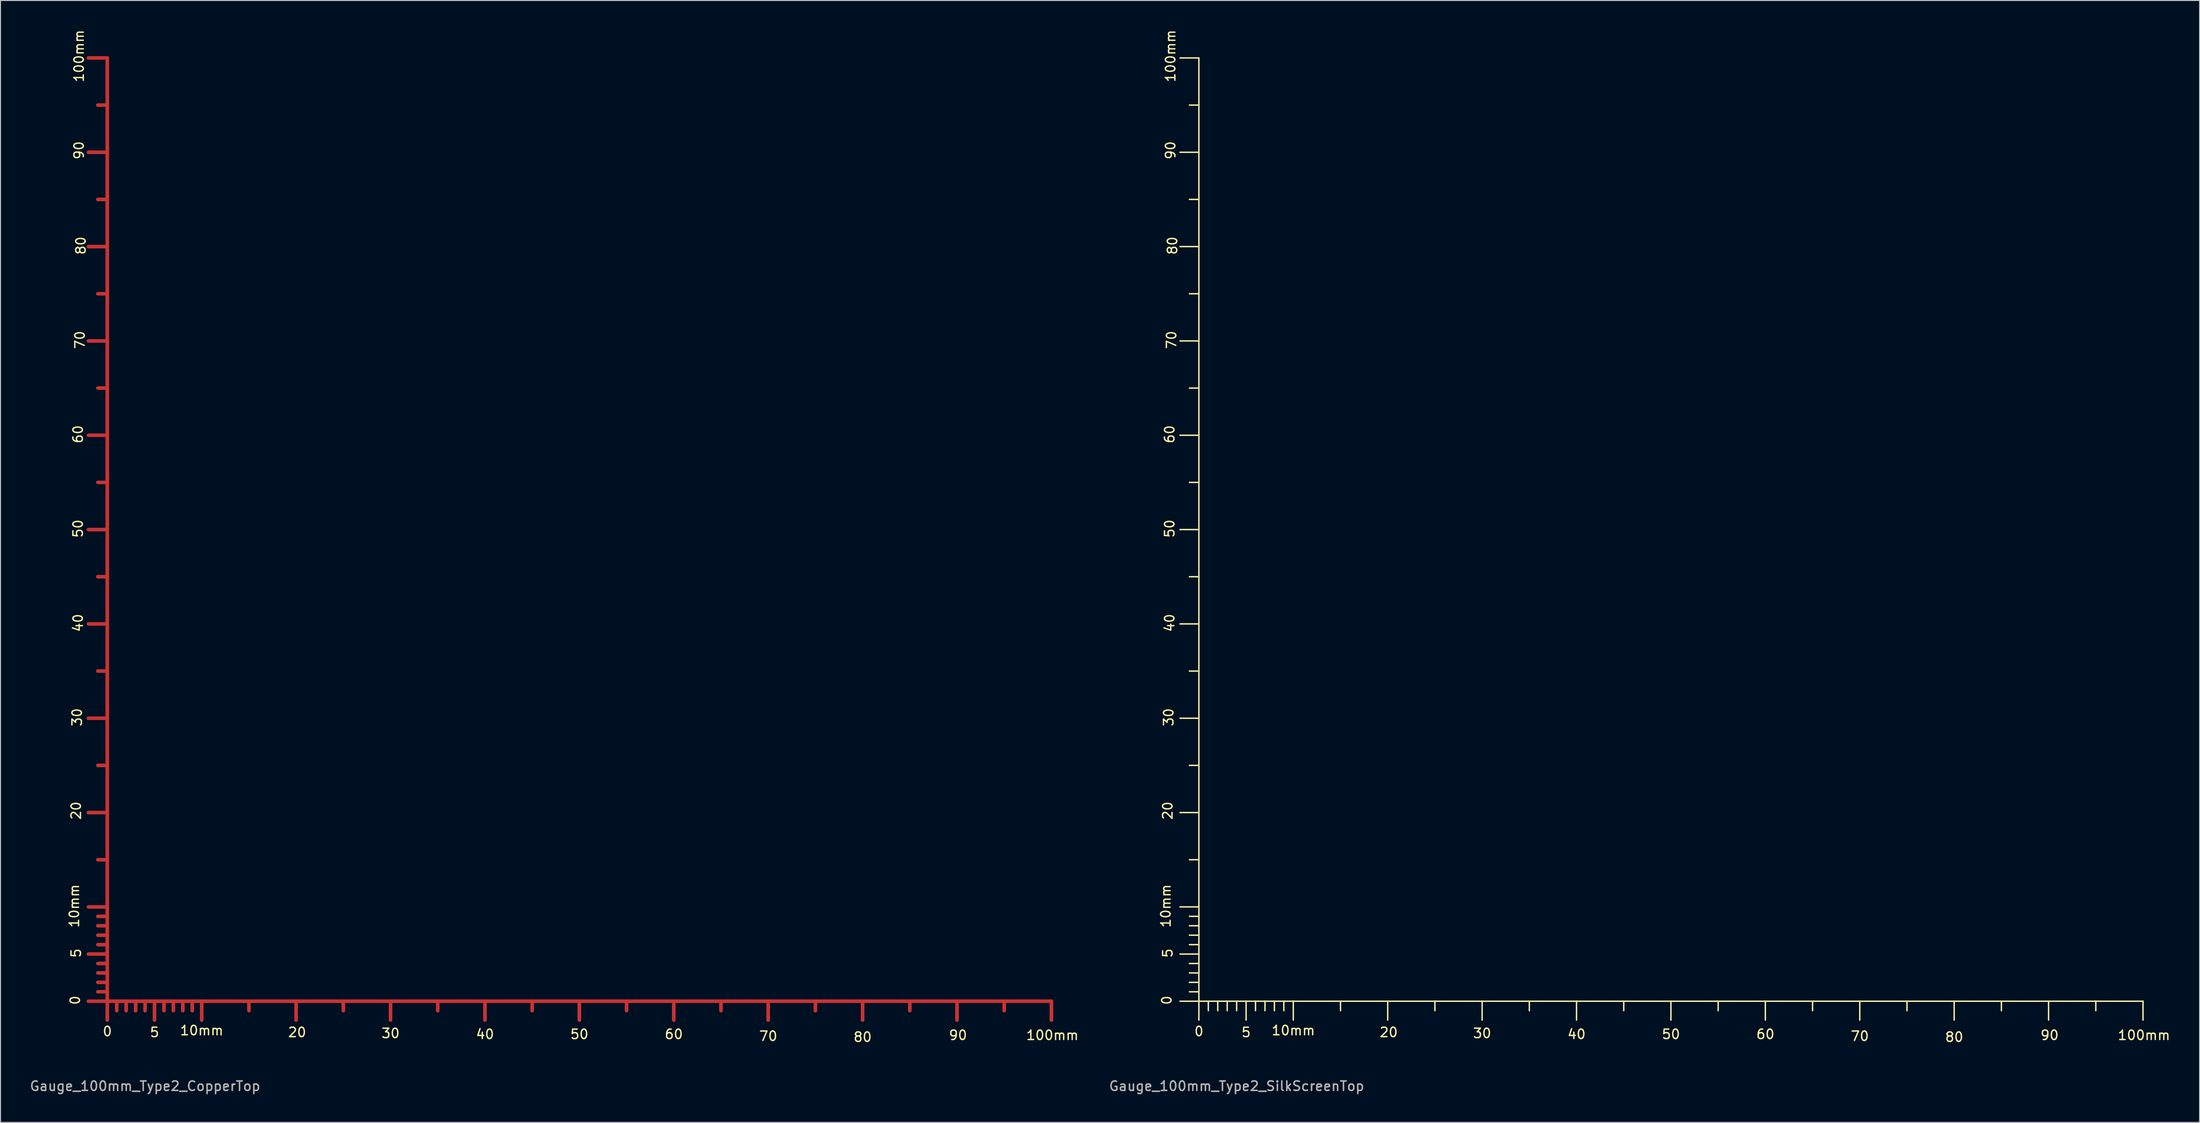
<source format=kicad_pcb>
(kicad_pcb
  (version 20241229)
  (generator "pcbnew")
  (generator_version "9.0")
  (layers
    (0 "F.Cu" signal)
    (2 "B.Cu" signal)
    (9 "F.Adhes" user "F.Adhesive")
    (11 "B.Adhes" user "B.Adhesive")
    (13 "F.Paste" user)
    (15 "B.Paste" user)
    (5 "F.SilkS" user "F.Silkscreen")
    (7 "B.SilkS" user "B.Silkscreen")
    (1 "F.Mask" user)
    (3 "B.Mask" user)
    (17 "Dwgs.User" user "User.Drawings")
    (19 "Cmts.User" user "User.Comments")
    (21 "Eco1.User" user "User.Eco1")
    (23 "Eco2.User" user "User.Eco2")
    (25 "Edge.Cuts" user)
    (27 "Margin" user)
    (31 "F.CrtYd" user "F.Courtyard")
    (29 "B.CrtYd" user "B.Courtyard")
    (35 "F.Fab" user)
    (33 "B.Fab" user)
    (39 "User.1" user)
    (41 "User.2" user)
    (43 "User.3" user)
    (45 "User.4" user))
  (footprint "Gauge_100mm_Type2_CopperTop"
    (layer "F.Cu")
    (at 8.315 103.092)
    (property "Reference" "Gauge_100mm_Type2_CopperTop" (at 4 8.999 0) (layer "F.SilkS") (effects (font (size 1 1) (thickness 0.15))))
    (attr exclude_from_pos_files exclude_from_bom)
    (fp_line (start 0 -100) (end -1.999 -100) (stroke (width 0.381) (type solid)) (layer "F.Cu"))
    (fp_line (start 0 -95.001) (end -1.001 -95.001) (stroke (width 0.381) (type solid)) (layer "F.Cu"))
    (fp_line (start 0 -90) (end -1.999 -90) (stroke (width 0.381) (type solid)) (layer "F.Cu"))
    (fp_line (start 0 -85.001) (end -1.001 -85.001) (stroke (width 0.381) (type solid)) (layer "F.Cu"))
    (fp_line (start 0 -80) (end -1.999 -80) (stroke (width 0.381) (type solid)) (layer "F.Cu"))
    (fp_line (start 0 -75.001) (end -1.001 -75.001) (stroke (width 0.381) (type solid)) (layer "F.Cu"))
    (fp_line (start 0 -70) (end -1.999 -70) (stroke (width 0.381) (type solid)) (layer "F.Cu"))
    (fp_line (start 0 -65.001) (end -1.001 -65.001) (stroke (width 0.381) (type solid)) (layer "F.Cu"))
    (fp_line (start 0 -60) (end -1.999 -60) (stroke (width 0.381) (type solid)) (layer "F.Cu"))
    (fp_line (start 0 -55.001) (end -1.001 -55.001) (stroke (width 0.381) (type solid)) (layer "F.Cu"))
    (fp_line (start 0 -50) (end -1.999 -50) (stroke (width 0.381) (type solid)) (layer "F.Cu"))
    (fp_line (start 0 -45.001) (end -1.001 -45.001) (stroke (width 0.381) (type solid)) (layer "F.Cu"))
    (fp_line (start 0 -40) (end -1.999 -40) (stroke (width 0.381) (type solid)) (layer "F.Cu"))
    (fp_line (start 0 -35.001) (end -1.001 -35.001) (stroke (width 0.381) (type solid)) (layer "F.Cu"))
    (fp_line (start 0 -30) (end -1.999 -30) (stroke (width 0.381) (type solid)) (layer "F.Cu"))
    (fp_line (start 0 -25.001) (end -1.001 -25.001) (stroke (width 0.381) (type solid)) (layer "F.Cu"))
    (fp_line (start 0 -20) (end -1.999 -20) (stroke (width 0.381) (type solid)) (layer "F.Cu"))
    (fp_line (start 0 -15.001) (end -1.001 -15.001) (stroke (width 0.381) (type solid)) (layer "F.Cu"))
    (fp_line (start 0 -10) (end -1.999 -10) (stroke (width 0.381) (type solid)) (layer "F.Cu"))
    (fp_line (start 0 -8.999) (end -1.001 -8.999) (stroke (width 0.381) (type solid)) (layer "F.Cu"))
    (fp_line (start 0 -8.001) (end -1.001 -8.001) (stroke (width 0.381) (type solid)) (layer "F.Cu"))
    (fp_line (start 0 -7) (end -1.001 -7) (stroke (width 0.381) (type solid)) (layer "F.Cu"))
    (fp_line (start 0 -5.999) (end -1.001 -5.999) (stroke (width 0.381) (type solid)) (layer "F.Cu"))
    (fp_line (start 0 -5.001) (end -1.999 -5.001) (stroke (width 0.381) (type solid)) (layer "F.Cu"))
    (fp_line (start 0 -4) (end -1.001 -4) (stroke (width 0.381) (type solid)) (layer "F.Cu"))
    (fp_line (start 0 -3) (end -1.001 -3) (stroke (width 0.381) (type solid)) (layer "F.Cu"))
    (fp_line (start 0 -1.999) (end -1.001 -1.999) (stroke (width 0.381) (type solid)) (layer "F.Cu"))
    (fp_line (start 0 -1.001) (end -1.001 -1.001) (stroke (width 0.381) (type solid)) (layer "F.Cu"))
    (fp_line (start 0 0) (end -1.999 0) (stroke (width 0.381) (type solid)) (layer "F.Cu"))
    (fp_line (start 0 0) (end 0 -100) (stroke (width 0.381) (type solid)) (layer "F.Cu"))
    (fp_line (start 0 0) (end 0 1.999) (stroke (width 0.381) (type solid)) (layer "F.Cu"))
    (fp_line (start 0 0) (end 10 0) (stroke (width 0.381) (type solid)) (layer "F.Cu"))
    (fp_line (start 1.001 0) (end 1.001 1.001) (stroke (width 0.381) (type solid)) (layer "F.Cu"))
    (fp_line (start 1.999 0) (end 1.999 1.001) (stroke (width 0.381) (type solid)) (layer "F.Cu"))
    (fp_line (start 3 0) (end 3 1.001) (stroke (width 0.381) (type solid)) (layer "F.Cu"))
    (fp_line (start 4 0) (end 4 1.001) (stroke (width 0.381) (type solid)) (layer "F.Cu"))
    (fp_line (start 5.001 0) (end 5.001 1.999) (stroke (width 0.381) (type solid)) (layer "F.Cu"))
    (fp_line (start 5.999 0) (end 5.999 1.001) (stroke (width 0.381) (type solid)) (layer "F.Cu"))
    (fp_line (start 7 0) (end 7 1.001) (stroke (width 0.381) (type solid)) (layer "F.Cu"))
    (fp_line (start 8.001 0) (end 8.001 1.001) (stroke (width 0.381) (type solid)) (layer "F.Cu"))
    (fp_line (start 8.999 0) (end 8.999 1.001) (stroke (width 0.381) (type solid)) (layer "F.Cu"))
    (fp_line (start 10 0) (end 10 1.999) (stroke (width 0.381) (type solid)) (layer "F.Cu"))
    (fp_line (start 10 0) (end 100 0) (stroke (width 0.381) (type solid)) (layer "F.Cu"))
    (fp_line (start 15.001 0) (end 15.001 1.001) (stroke (width 0.381) (type solid)) (layer "F.Cu"))
    (fp_line (start 20 0) (end 20 1.999) (stroke (width 0.381) (type solid)) (layer "F.Cu"))
    (fp_line (start 25.001 0) (end 25.001 1.001) (stroke (width 0.381) (type solid)) (layer "F.Cu"))
    (fp_line (start 30 0) (end 30 1.999) (stroke (width 0.381) (type solid)) (layer "F.Cu"))
    (fp_line (start 35.001 0) (end 35.001 1.001) (stroke (width 0.381) (type solid)) (layer "F.Cu"))
    (fp_line (start 40 0) (end 40 1.999) (stroke (width 0.381) (type solid)) (layer "F.Cu"))
    (fp_line (start 45.001 0) (end 45.001 1.001) (stroke (width 0.381) (type solid)) (layer "F.Cu"))
    (fp_line (start 50 0) (end 50 1.999) (stroke (width 0.381) (type solid)) (layer "F.Cu"))
    (fp_line (start 55.001 0) (end 55.001 1.001) (stroke (width 0.381) (type solid)) (layer "F.Cu"))
    (fp_line (start 60 0) (end 60 1.999) (stroke (width 0.381) (type solid)) (layer "F.Cu"))
    (fp_line (start 65.001 0) (end 65.001 1.001) (stroke (width 0.381) (type solid)) (layer "F.Cu"))
    (fp_line (start 70 0) (end 70 1.999) (stroke (width 0.381) (type solid)) (layer "F.Cu"))
    (fp_line (start 75.001 0) (end 75.001 1.001) (stroke (width 0.381) (type solid)) (layer "F.Cu"))
    (fp_line (start 80 0) (end 80 1.999) (stroke (width 0.381) (type solid)) (layer "F.Cu"))
    (fp_line (start 85.001 0) (end 85.001 1.001) (stroke (width 0.381) (type solid)) (layer "F.Cu"))
    (fp_line (start 90 0) (end 90 1.999) (stroke (width 0.381) (type solid)) (layer "F.Cu"))
    (fp_line (start 95.001 0) (end 95.001 1.001) (stroke (width 0.381) (type solid)) (layer "F.Cu"))
    (fp_line (start 100 0) (end 100 1.999) (stroke (width 0.381) (type solid)) (layer "F.Cu"))
    (fp_text user "70" (at -2.901 -70.104 90) (layer "F.SilkS") (effects (font (size 1 1) (thickness 0.15))))
    (fp_text user "60" (at 60.005 3.5 0) (layer "F.SilkS") (effects (font (size 1 1) (thickness 0.15))))
    (fp_text user "0" (at -3.404 -0.104 90) (layer "F.SilkS") (effects (font (size 1 1) (thickness 0.15))))
    (fp_text user "10mm" (at -3.503 -10.104 90) (layer "F.SilkS") (effects (font (size 1 1) (thickness 0.15))))
    (fp_text user "60" (at -3.101 -60.104 90) (layer "F.SilkS") (effects (font (size 1 1) (thickness 0.15))))
    (fp_text user "40" (at -3.101 -40.104 90) (layer "F.SilkS") (effects (font (size 1 1) (thickness 0.15))))
    (fp_text user "80" (at -2.802 -80.104 90) (layer "F.SilkS") (effects (font (size 1 1) (thickness 0.15))))
    (fp_text user "30" (at 30.005 3.399 0) (layer "F.SilkS") (effects (font (size 1 1) (thickness 0.15))))
    (fp_text user "90" (at -3 -90.206 90) (layer "F.SilkS") (effects (font (size 1 1) (thickness 0.15))))
    (fp_text user "30" (at -3.203 -30.104 90) (layer "F.SilkS") (effects (font (size 1 1) (thickness 0.15))))
    (fp_text user "50" (at -3.101 -50.104 90) (layer "F.SilkS") (effects (font (size 1 1) (thickness 0.15))))
    (fp_text user "10mm" (at 10.005 3.099 0) (layer "F.SilkS") (effects (font (size 1 1) (thickness 0.15))))
    (fp_text user "5" (at -3.302 -5.103 90) (layer "F.SilkS") (effects (font (size 1 1) (thickness 0.15))))
    (fp_text user "20" (at -3.302 -20.203 90) (layer "F.SilkS") (effects (font (size 1 1) (thickness 0.15))))
    (fp_text user "100mm" (at -3 -100.206 90) (layer "F.SilkS") (effects (font (size 1 1) (thickness 0.15))))
    (fp_text user "80" (at 80.005 3.8 0) (layer "F.SilkS") (effects (font (size 1 1) (thickness 0.15))))
    (fp_text user "0" (at 0.005 3.198 0) (layer "F.SilkS") (effects (font (size 1 1) (thickness 0.15))))
    (fp_text user "20" (at 20.104 3.299 0) (layer "F.SilkS") (effects (font (size 1 1) (thickness 0.15))))
    (fp_text user "90" (at 90.106 3.602 0) (layer "F.SilkS") (effects (font (size 1 1) (thickness 0.15))))
    (fp_text user "100mm" (at 100.106 3.602 0) (layer "F.SilkS") (effects (font (size 1 1) (thickness 0.15))))
    (fp_text user "40" (at 40.005 3.5 0) (layer "F.SilkS") (effects (font (size 1 1) (thickness 0.15))))
    (fp_text user "50" (at 50.005 3.5 0) (layer "F.SilkS") (effects (font (size 1 1) (thickness 0.15))))
    (fp_text user "70" (at 70.005 3.701 0) (layer "F.SilkS") (effects (font (size 1 1) (thickness 0.15))))
    (fp_text user "5" (at 5.004 3.299 0) (layer "F.SilkS") (effects (font (size 1 1) (thickness 0.15))))
    (fp_text user "${REFERENCE}" (at 4 8.999 0) (layer "F.Fab") (effects (font (size 1 1) (thickness 0.15)))))
  (footprint "Gauge_100mm_Type2_SilkScreenTop"
    (layer "F.Cu")
    (at 123.933 103.092)
    (property "Reference" "Gauge_100mm_Type2_SilkScreenTop" (at 4 8.999 0) (layer "F.SilkS") (effects (font (size 1 1) (thickness 0.15))))
    (attr exclude_from_pos_files exclude_from_bom)
    (fp_line (start 0 -100) (end -1.999 -100) (stroke (width 0.15) (type solid)) (layer "F.SilkS"))
    (fp_line (start 0 -95.001) (end -1.001 -95.001) (stroke (width 0.15) (type solid)) (layer "F.SilkS"))
    (fp_line (start 0 -90) (end -1.999 -90) (stroke (width 0.15) (type solid)) (layer "F.SilkS"))
    (fp_line (start 0 -85.001) (end -1.001 -85.001) (stroke (width 0.15) (type solid)) (layer "F.SilkS"))
    (fp_line (start 0 -80) (end -1.999 -80) (stroke (width 0.15) (type solid)) (layer "F.SilkS"))
    (fp_line (start 0 -75.001) (end -1.001 -75.001) (stroke (width 0.15) (type solid)) (layer "F.SilkS"))
    (fp_line (start 0 -70) (end -1.999 -70) (stroke (width 0.15) (type solid)) (layer "F.SilkS"))
    (fp_line (start 0 -65.001) (end -1.001 -65.001) (stroke (width 0.15) (type solid)) (layer "F.SilkS"))
    (fp_line (start 0 -60) (end -1.999 -60) (stroke (width 0.15) (type solid)) (layer "F.SilkS"))
    (fp_line (start 0 -55.001) (end -1.001 -55.001) (stroke (width 0.15) (type solid)) (layer "F.SilkS"))
    (fp_line (start 0 -50) (end -1.999 -50) (stroke (width 0.15) (type solid)) (layer "F.SilkS"))
    (fp_line (start 0 -45.001) (end -1.001 -45.001) (stroke (width 0.15) (type solid)) (layer "F.SilkS"))
    (fp_line (start 0 -40) (end -1.999 -40) (stroke (width 0.15) (type solid)) (layer "F.SilkS"))
    (fp_line (start 0 -35.001) (end -1.001 -35.001) (stroke (width 0.15) (type solid)) (layer "F.SilkS"))
    (fp_line (start 0 -30) (end -1.999 -30) (stroke (width 0.15) (type solid)) (layer "F.SilkS"))
    (fp_line (start 0 -25.001) (end -1.001 -25.001) (stroke (width 0.15) (type solid)) (layer "F.SilkS"))
    (fp_line (start 0 -20) (end -1.999 -20) (stroke (width 0.15) (type solid)) (layer "F.SilkS"))
    (fp_line (start 0 -15.001) (end -1.001 -15.001) (stroke (width 0.15) (type solid)) (layer "F.SilkS"))
    (fp_line (start 0 -10) (end -1.999 -10) (stroke (width 0.15) (type solid)) (layer "F.SilkS"))
    (fp_line (start 0 -8.999) (end -1.001 -8.999) (stroke (width 0.15) (type solid)) (layer "F.SilkS"))
    (fp_line (start 0 -8.001) (end -1.001 -8.001) (stroke (width 0.15) (type solid)) (layer "F.SilkS"))
    (fp_line (start 0 -7) (end -1.001 -7) (stroke (width 0.15) (type solid)) (layer "F.SilkS"))
    (fp_line (start 0 -5.999) (end -1.001 -5.999) (stroke (width 0.15) (type solid)) (layer "F.SilkS"))
    (fp_line (start 0 -5.001) (end -1.999 -5.001) (stroke (width 0.15) (type solid)) (layer "F.SilkS"))
    (fp_line (start 0 -4) (end -1.001 -4) (stroke (width 0.15) (type solid)) (layer "F.SilkS"))
    (fp_line (start 0 -3) (end -1.001 -3) (stroke (width 0.15) (type solid)) (layer "F.SilkS"))
    (fp_line (start 0 -1.999) (end -1.001 -1.999) (stroke (width 0.15) (type solid)) (layer "F.SilkS"))
    (fp_line (start 0 -1.001) (end -1.001 -1.001) (stroke (width 0.15) (type solid)) (layer "F.SilkS"))
    (fp_line (start 0 0) (end -1.999 0) (stroke (width 0.15) (type solid)) (layer "F.SilkS"))
    (fp_line (start 0 0) (end 0 -100) (stroke (width 0.15) (type solid)) (layer "F.SilkS"))
    (fp_line (start 0 0) (end 0 1.999) (stroke (width 0.15) (type solid)) (layer "F.SilkS"))
    (fp_line (start 0 0) (end 10 0) (stroke (width 0.15) (type solid)) (layer "F.SilkS"))
    (fp_line (start 1.001 0) (end 1.001 1.001) (stroke (width 0.15) (type solid)) (layer "F.SilkS"))
    (fp_line (start 1.999 0) (end 1.999 1.001) (stroke (width 0.15) (type solid)) (layer "F.SilkS"))
    (fp_line (start 3 0) (end 3 1.001) (stroke (width 0.15) (type solid)) (layer "F.SilkS"))
    (fp_line (start 4 0) (end 4 1.001) (stroke (width 0.15) (type solid)) (layer "F.SilkS"))
    (fp_line (start 5.001 0) (end 5.001 1.999) (stroke (width 0.15) (type solid)) (layer "F.SilkS"))
    (fp_line (start 5.999 0) (end 5.999 1.001) (stroke (width 0.15) (type solid)) (layer "F.SilkS"))
    (fp_line (start 7 0) (end 7 1.001) (stroke (width 0.15) (type solid)) (layer "F.SilkS"))
    (fp_line (start 8.001 0) (end 8.001 1.001) (stroke (width 0.15) (type solid)) (layer "F.SilkS"))
    (fp_line (start 8.999 0) (end 8.999 1.001) (stroke (width 0.15) (type solid)) (layer "F.SilkS"))
    (fp_line (start 10 0) (end 10 1.999) (stroke (width 0.15) (type solid)) (layer "F.SilkS"))
    (fp_line (start 10 0) (end 100 0) (stroke (width 0.15) (type solid)) (layer "F.SilkS"))
    (fp_line (start 15.001 0) (end 15.001 1.001) (stroke (width 0.15) (type solid)) (layer "F.SilkS"))
    (fp_line (start 20 0) (end 20 1.999) (stroke (width 0.15) (type solid)) (layer "F.SilkS"))
    (fp_line (start 25.001 0) (end 25.001 1.001) (stroke (width 0.15) (type solid)) (layer "F.SilkS"))
    (fp_line (start 30 0) (end 30 1.999) (stroke (width 0.15) (type solid)) (layer "F.SilkS"))
    (fp_line (start 35.001 0) (end 35.001 1.001) (stroke (width 0.15) (type solid)) (layer "F.SilkS"))
    (fp_line (start 40 0) (end 40 1.999) (stroke (width 0.15) (type solid)) (layer "F.SilkS"))
    (fp_line (start 45.001 0) (end 45.001 1.001) (stroke (width 0.15) (type solid)) (layer "F.SilkS"))
    (fp_line (start 50 0) (end 50 1.999) (stroke (width 0.15) (type solid)) (layer "F.SilkS"))
    (fp_line (start 55.001 0) (end 55.001 1.001) (stroke (width 0.15) (type solid)) (layer "F.SilkS"))
    (fp_line (start 60 0) (end 60 1.999) (stroke (width 0.15) (type solid)) (layer "F.SilkS"))
    (fp_line (start 65.001 0) (end 65.001 1.001) (stroke (width 0.15) (type solid)) (layer "F.SilkS"))
    (fp_line (start 70 0) (end 70 1.999) (stroke (width 0.15) (type solid)) (layer "F.SilkS"))
    (fp_line (start 75.001 0) (end 75.001 1.001) (stroke (width 0.15) (type solid)) (layer "F.SilkS"))
    (fp_line (start 80 0) (end 80 1.999) (stroke (width 0.15) (type solid)) (layer "F.SilkS"))
    (fp_line (start 85.001 0) (end 85.001 1.001) (stroke (width 0.15) (type solid)) (layer "F.SilkS"))
    (fp_line (start 90 0) (end 90 1.999) (stroke (width 0.15) (type solid)) (layer "F.SilkS"))
    (fp_line (start 95.001 0) (end 95.001 1.001) (stroke (width 0.15) (type solid)) (layer "F.SilkS"))
    (fp_line (start 100 0) (end 100 1.999) (stroke (width 0.15) (type solid)) (layer "F.SilkS"))
    (fp_text user "60" (at -3.101 -60.104 90) (layer "F.SilkS") (effects (font (size 1 1) (thickness 0.15))))
    (fp_text user "30" (at -3.203 -30.104 90) (layer "F.SilkS") (effects (font (size 1 1) (thickness 0.15))))
    (fp_text user "50" (at 50.005 3.5 0) (layer "F.SilkS") (effects (font (size 1 1) (thickness 0.15))))
    (fp_text user "70" (at -2.901 -70.104 90) (layer "F.SilkS") (effects (font (size 1 1) (thickness 0.15))))
    (fp_text user "40" (at -3.101 -40.104 90) (layer "F.SilkS") (effects (font (size 1 1) (thickness 0.15))))
    (fp_text user "40" (at 40.005 3.5 0) (layer "F.SilkS") (effects (font (size 1 1) (thickness 0.15))))
    (fp_text user "70" (at 70.005 3.701 0) (layer "F.SilkS") (effects (font (size 1 1) (thickness 0.15))))
    (fp_text user "5" (at 5.004 3.299 0) (layer "F.SilkS") (effects (font (size 1 1) (thickness 0.15))))
    (fp_text user "30" (at 30.005 3.399 0) (layer "F.SilkS") (effects (font (size 1 1) (thickness 0.15))))
    (fp_text user "60" (at 60.005 3.5 0) (layer "F.SilkS") (effects (font (size 1 1) (thickness 0.15))))
    (fp_text user "5" (at -3.302 -5.103 90) (layer "F.SilkS") (effects (font (size 1 1) (thickness 0.15))))
    (fp_text user "10mm" (at -3.503 -10.104 90) (layer "F.SilkS") (effects (font (size 1 1) (thickness 0.15))))
    (fp_text user "90" (at -3 -90.206 90) (layer "F.SilkS") (effects (font (size 1 1) (thickness 0.15))))
    (fp_text user "50" (at -3.101 -50.104 90) (layer "F.SilkS") (effects (font (size 1 1) (thickness 0.15))))
    (fp_text user "0" (at 0.005 3.198 0) (layer "F.SilkS") (effects (font (size 1 1) (thickness 0.15))))
    (fp_text user "90" (at 90.106 3.602 0) (layer "F.SilkS") (effects (font (size 1 1) (thickness 0.15))))
    (fp_text user "20" (at 20.104 3.299 0) (layer "F.SilkS") (effects (font (size 1 1) (thickness 0.15))))
    (fp_text user "80" (at -2.802 -80.104 90) (layer "F.SilkS") (effects (font (size 1 1) (thickness 0.15))))
    (fp_text user "80" (at 80.005 3.8 0) (layer "F.SilkS") (effects (font (size 1 1) (thickness 0.15))))
    (fp_text user "100mm" (at -3 -100.206 90) (layer "F.SilkS") (effects (font (size 1 1) (thickness 0.15))))
    (fp_text user "100mm" (at 100.106 3.602 0) (layer "F.SilkS") (effects (font (size 1 1) (thickness 0.15))))
    (fp_text user "10mm" (at 10.005 3.099 0) (layer "F.SilkS") (effects (font (size 1 1) (thickness 0.15))))
    (fp_text user "20" (at -3.302 -20.203 90) (layer "F.SilkS") (effects (font (size 1 1) (thickness 0.15))))
    (fp_text user "0" (at -3.404 -0.104 90) (layer "F.SilkS") (effects (font (size 1 1) (thickness 0.15))))
    (fp_text user "${REFERENCE}" (at 4 8.999 0) (layer "F.Fab") (effects (font (size 1 1) (thickness 0.15)))))
  (gr_rect
    (start -3 -3)
    (end 229.926 115.94)
    (stroke (width 0.1) (type default))
    (fill no)
    (layer "Edge.Cuts")))
</source>
